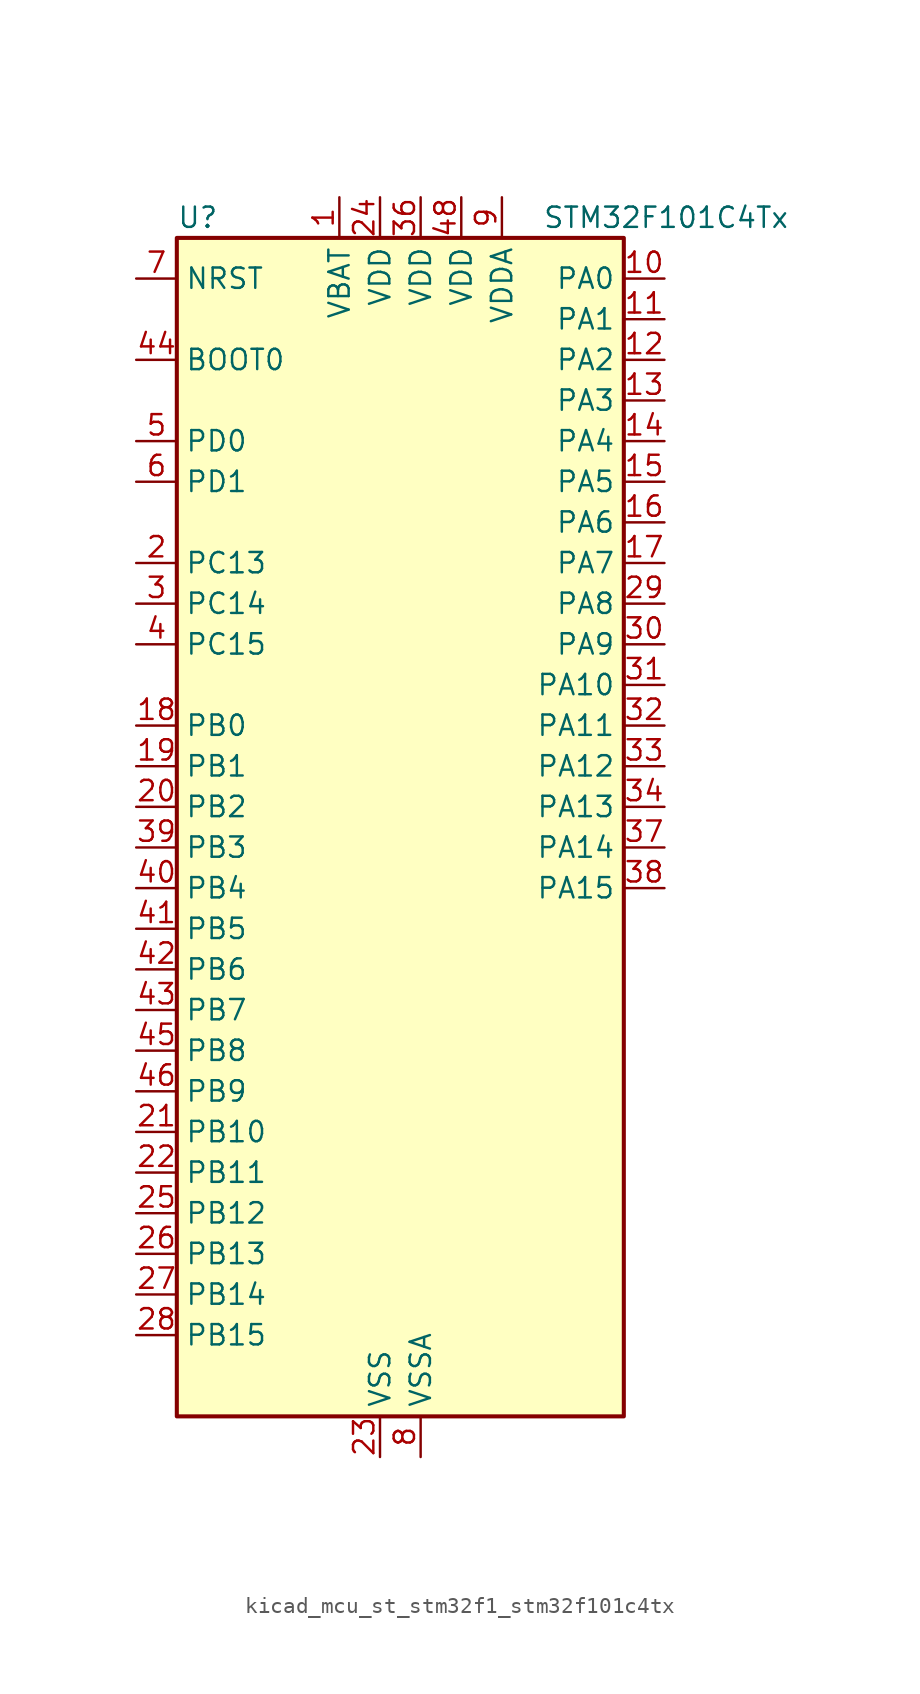
<source format=kicad_sym>
(kicad_symbol_lib
  (version 20220914)
  (generator kicad_symbol_editor)
  (symbol "kicad_mcu_st_stm32f1_stm32f101c4tx"
    (property "Reference" "U"
      (at -12.7 39.37 0)
      (effects (font (size 1.27 1.27)) (justify left)))
    (property "Value" "STM32F101C4Tx"
      (at 10.16 39.37 0)
      (effects (font (size 1.27 1.27)) (justify left)))
    (property "ki_locked" ""
      (at 0 0 0)
      (effects (font (size 1.27 1.27))))
    (symbol "kicad_mcu_st_stm32f1_stm32f101c4tx_0_1"
      (rectangle (start -12.7 -35.56) (end 15.24 38.1) (stroke (width 0.254) (type default)) (fill (type background))))
    (symbol "kicad_mcu_st_stm32f1_stm32f101c4tx_1_1"
      (pin power_in line (at -2.54 40.64 270) (length 2.54) (name "VBAT" (effects (font (size 1.27 1.27)))) (number "1" (effects (font (size 1.27 1.27)))))
      (pin bidirectional line (at 17.78 35.56 180) (length 2.54) (name "PA0" (effects (font (size 1.27 1.27)))) (number "10" (effects (font (size 1.27 1.27)))) (alternate "ADC1_IN0" bidirectional line) (alternate "SYS_WKUP" bidirectional line) (alternate "TIM2_CH1" bidirectional line) (alternate "TIM2_ETR" bidirectional line) (alternate "USART2_CTS" bidirectional line))
      (pin bidirectional line (at 17.78 33.02 180) (length 2.54) (name "PA1" (effects (font (size 1.27 1.27)))) (number "11" (effects (font (size 1.27 1.27)))) (alternate "ADC1_IN1" bidirectional line) (alternate "TIM2_CH2" bidirectional line) (alternate "USART2_RTS" bidirectional line))
      (pin bidirectional line (at 17.78 30.48 180) (length 2.54) (name "PA2" (effects (font (size 1.27 1.27)))) (number "12" (effects (font (size 1.27 1.27)))) (alternate "ADC1_IN2" bidirectional line) (alternate "TIM2_CH3" bidirectional line) (alternate "USART2_TX" bidirectional line))
      (pin bidirectional line (at 17.78 27.94 180) (length 2.54) (name "PA3" (effects (font (size 1.27 1.27)))) (number "13" (effects (font (size 1.27 1.27)))) (alternate "ADC1_IN3" bidirectional line) (alternate "TIM2_CH4" bidirectional line) (alternate "USART2_RX" bidirectional line))
      (pin bidirectional line (at 17.78 25.4 180) (length 2.54) (name "PA4" (effects (font (size 1.27 1.27)))) (number "14" (effects (font (size 1.27 1.27)))) (alternate "ADC1_IN4" bidirectional line) (alternate "SPI1_NSS" bidirectional line) (alternate "USART2_CK" bidirectional line))
      (pin bidirectional line (at 17.78 22.86 180) (length 2.54) (name "PA5" (effects (font (size 1.27 1.27)))) (number "15" (effects (font (size 1.27 1.27)))) (alternate "ADC1_IN5" bidirectional line) (alternate "SPI1_SCK" bidirectional line))
      (pin bidirectional line (at 17.78 20.32 180) (length 2.54) (name "PA6" (effects (font (size 1.27 1.27)))) (number "16" (effects (font (size 1.27 1.27)))) (alternate "ADC1_IN6" bidirectional line) (alternate "SPI1_MISO" bidirectional line) (alternate "TIM3_CH1" bidirectional line))
      (pin bidirectional line (at 17.78 17.78 180) (length 2.54) (name "PA7" (effects (font (size 1.27 1.27)))) (number "17" (effects (font (size 1.27 1.27)))) (alternate "ADC1_IN7" bidirectional line) (alternate "SPI1_MOSI" bidirectional line) (alternate "TIM3_CH2" bidirectional line))
      (pin bidirectional line (at -15.24 7.62 0) (length 2.54) (name "PB0" (effects (font (size 1.27 1.27)))) (number "18" (effects (font (size 1.27 1.27)))) (alternate "ADC1_IN8" bidirectional line) (alternate "TIM3_CH3" bidirectional line))
      (pin bidirectional line (at -15.24 5.08 0) (length 2.54) (name "PB1" (effects (font (size 1.27 1.27)))) (number "19" (effects (font (size 1.27 1.27)))) (alternate "ADC1_IN9" bidirectional line) (alternate "TIM3_CH4" bidirectional line))
      (pin bidirectional line (at -15.24 17.78 0) (length 2.54) (name "PC13" (effects (font (size 1.27 1.27)))) (number "2" (effects (font (size 1.27 1.27)))) (alternate "RTC_OUT" bidirectional line) (alternate "RTC_TAMPER" bidirectional line))
      (pin bidirectional line (at -15.24 2.54 0) (length 2.54) (name "PB2" (effects (font (size 1.27 1.27)))) (number "20" (effects (font (size 1.27 1.27)))))
      (pin bidirectional line (at -15.24 -17.78 0) (length 2.54) (name "PB10" (effects (font (size 1.27 1.27)))) (number "21" (effects (font (size 1.27 1.27)))) (alternate "TIM2_CH3" bidirectional line))
      (pin bidirectional line (at -15.24 -20.32 0) (length 2.54) (name "PB11" (effects (font (size 1.27 1.27)))) (number "22" (effects (font (size 1.27 1.27)))) (alternate "ADC1_EXTI11" bidirectional line) (alternate "TIM2_CH4" bidirectional line))
      (pin power_in line (at 0 -38.1 90) (length 2.54) (name "VSS" (effects (font (size 1.27 1.27)))) (number "23" (effects (font (size 1.27 1.27)))))
      (pin power_in line (at 0 40.64 270) (length 2.54) (name "VDD" (effects (font (size 1.27 1.27)))) (number "24" (effects (font (size 1.27 1.27)))))
      (pin bidirectional line (at -15.24 -22.86 0) (length 2.54) (name "PB12" (effects (font (size 1.27 1.27)))) (number "25" (effects (font (size 1.27 1.27)))))
      (pin bidirectional line (at -15.24 -25.4 0) (length 2.54) (name "PB13" (effects (font (size 1.27 1.27)))) (number "26" (effects (font (size 1.27 1.27)))))
      (pin bidirectional line (at -15.24 -27.94 0) (length 2.54) (name "PB14" (effects (font (size 1.27 1.27)))) (number "27" (effects (font (size 1.27 1.27)))))
      (pin bidirectional line (at -15.24 -30.48 0) (length 2.54) (name "PB15" (effects (font (size 1.27 1.27)))) (number "28" (effects (font (size 1.27 1.27)))) (alternate "ADC1_EXTI15" bidirectional line))
      (pin bidirectional line (at 17.78 15.24 180) (length 2.54) (name "PA8" (effects (font (size 1.27 1.27)))) (number "29" (effects (font (size 1.27 1.27)))) (alternate "RCC_MCO" bidirectional line) (alternate "USART1_CK" bidirectional line))
      (pin bidirectional line (at -15.24 15.24 0) (length 2.54) (name "PC14" (effects (font (size 1.27 1.27)))) (number "3" (effects (font (size 1.27 1.27)))) (alternate "RCC_OSC32_IN" bidirectional line))
      (pin bidirectional line (at 17.78 12.7 180) (length 2.54) (name "PA9" (effects (font (size 1.27 1.27)))) (number "30" (effects (font (size 1.27 1.27)))) (alternate "USART1_TX" bidirectional line))
      (pin bidirectional line (at 17.78 10.16 180) (length 2.54) (name "PA10" (effects (font (size 1.27 1.27)))) (number "31" (effects (font (size 1.27 1.27)))) (alternate "USART1_RX" bidirectional line))
      (pin bidirectional line (at 17.78 7.62 180) (length 2.54) (name "PA11" (effects (font (size 1.27 1.27)))) (number "32" (effects (font (size 1.27 1.27)))) (alternate "ADC1_EXTI11" bidirectional line) (alternate "USART1_CTS" bidirectional line))
      (pin bidirectional line (at 17.78 5.08 180) (length 2.54) (name "PA12" (effects (font (size 1.27 1.27)))) (number "33" (effects (font (size 1.27 1.27)))) (alternate "USART1_RTS" bidirectional line))
      (pin bidirectional line (at 17.78 2.54 180) (length 2.54) (name "PA13" (effects (font (size 1.27 1.27)))) (number "34" (effects (font (size 1.27 1.27)))) (alternate "SYS_JTMS-SWDIO" bidirectional line))
      (pin passive line (at 0 -38.1 90) (length 2.54) hide (name "VSS" (effects (font (size 1.27 1.27)))) (number "35" (effects (font (size 1.27 1.27)))))
      (pin power_in line (at 2.54 40.64 270) (length 2.54) (name "VDD" (effects (font (size 1.27 1.27)))) (number "36" (effects (font (size 1.27 1.27)))))
      (pin bidirectional line (at 17.78 0 180) (length 2.54) (name "PA14" (effects (font (size 1.27 1.27)))) (number "37" (effects (font (size 1.27 1.27)))) (alternate "SYS_JTCK-SWCLK" bidirectional line))
      (pin bidirectional line (at 17.78 -2.54 180) (length 2.54) (name "PA15" (effects (font (size 1.27 1.27)))) (number "38" (effects (font (size 1.27 1.27)))) (alternate "ADC1_EXTI15" bidirectional line) (alternate "SPI1_NSS" bidirectional line) (alternate "SYS_JTDI" bidirectional line) (alternate "TIM2_CH1" bidirectional line) (alternate "TIM2_ETR" bidirectional line))
      (pin bidirectional line (at -15.24 0 0) (length 2.54) (name "PB3" (effects (font (size 1.27 1.27)))) (number "39" (effects (font (size 1.27 1.27)))) (alternate "SPI1_SCK" bidirectional line) (alternate "SYS_JTDO-TRACESWO" bidirectional line) (alternate "TIM2_CH2" bidirectional line))
      (pin bidirectional line (at -15.24 12.7 0) (length 2.54) (name "PC15" (effects (font (size 1.27 1.27)))) (number "4" (effects (font (size 1.27 1.27)))) (alternate "ADC1_EXTI15" bidirectional line) (alternate "RCC_OSC32_OUT" bidirectional line))
      (pin bidirectional line (at -15.24 -2.54 0) (length 2.54) (name "PB4" (effects (font (size 1.27 1.27)))) (number "40" (effects (font (size 1.27 1.27)))) (alternate "SPI1_MISO" bidirectional line) (alternate "SYS_NJTRST" bidirectional line) (alternate "TIM3_CH1" bidirectional line))
      (pin bidirectional line (at -15.24 -5.08 0) (length 2.54) (name "PB5" (effects (font (size 1.27 1.27)))) (number "41" (effects (font (size 1.27 1.27)))) (alternate "I2C1_SMBA" bidirectional line) (alternate "SPI1_MOSI" bidirectional line) (alternate "TIM3_CH2" bidirectional line))
      (pin bidirectional line (at -15.24 -7.62 0) (length 2.54) (name "PB6" (effects (font (size 1.27 1.27)))) (number "42" (effects (font (size 1.27 1.27)))) (alternate "I2C1_SCL" bidirectional line) (alternate "USART1_TX" bidirectional line))
      (pin bidirectional line (at -15.24 -10.16 0) (length 2.54) (name "PB7" (effects (font (size 1.27 1.27)))) (number "43" (effects (font (size 1.27 1.27)))) (alternate "I2C1_SDA" bidirectional line) (alternate "USART1_RX" bidirectional line))
      (pin input line (at -15.24 30.48 0) (length 2.54) (name "BOOT0" (effects (font (size 1.27 1.27)))) (number "44" (effects (font (size 1.27 1.27)))))
      (pin bidirectional line (at -15.24 -12.7 0) (length 2.54) (name "PB8" (effects (font (size 1.27 1.27)))) (number "45" (effects (font (size 1.27 1.27)))) (alternate "I2C1_SCL" bidirectional line))
      (pin bidirectional line (at -15.24 -15.24 0) (length 2.54) (name "PB9" (effects (font (size 1.27 1.27)))) (number "46" (effects (font (size 1.27 1.27)))) (alternate "I2C1_SDA" bidirectional line))
      (pin passive line (at 0 -38.1 90) (length 2.54) hide (name "VSS" (effects (font (size 1.27 1.27)))) (number "47" (effects (font (size 1.27 1.27)))))
      (pin power_in line (at 5.08 40.64 270) (length 2.54) (name "VDD" (effects (font (size 1.27 1.27)))) (number "48" (effects (font (size 1.27 1.27)))))
      (pin bidirectional line (at -15.24 25.4 0) (length 2.54) (name "PD0" (effects (font (size 1.27 1.27)))) (number "5" (effects (font (size 1.27 1.27)))) (alternate "RCC_OSC_IN" bidirectional line))
      (pin bidirectional line (at -15.24 22.86 0) (length 2.54) (name "PD1" (effects (font (size 1.27 1.27)))) (number "6" (effects (font (size 1.27 1.27)))) (alternate "RCC_OSC_OUT" bidirectional line))
      (pin input line (at -15.24 35.56 0) (length 2.54) (name "NRST" (effects (font (size 1.27 1.27)))) (number "7" (effects (font (size 1.27 1.27)))))
      (pin power_in line (at 2.54 -38.1 90) (length 2.54) (name "VSSA" (effects (font (size 1.27 1.27)))) (number "8" (effects (font (size 1.27 1.27)))))
      (pin power_in line (at 7.62 40.64 270) (length 2.54) (name "VDDA" (effects (font (size 1.27 1.27)))) (number "9" (effects (font (size 1.27 1.27))))))))
</source>
